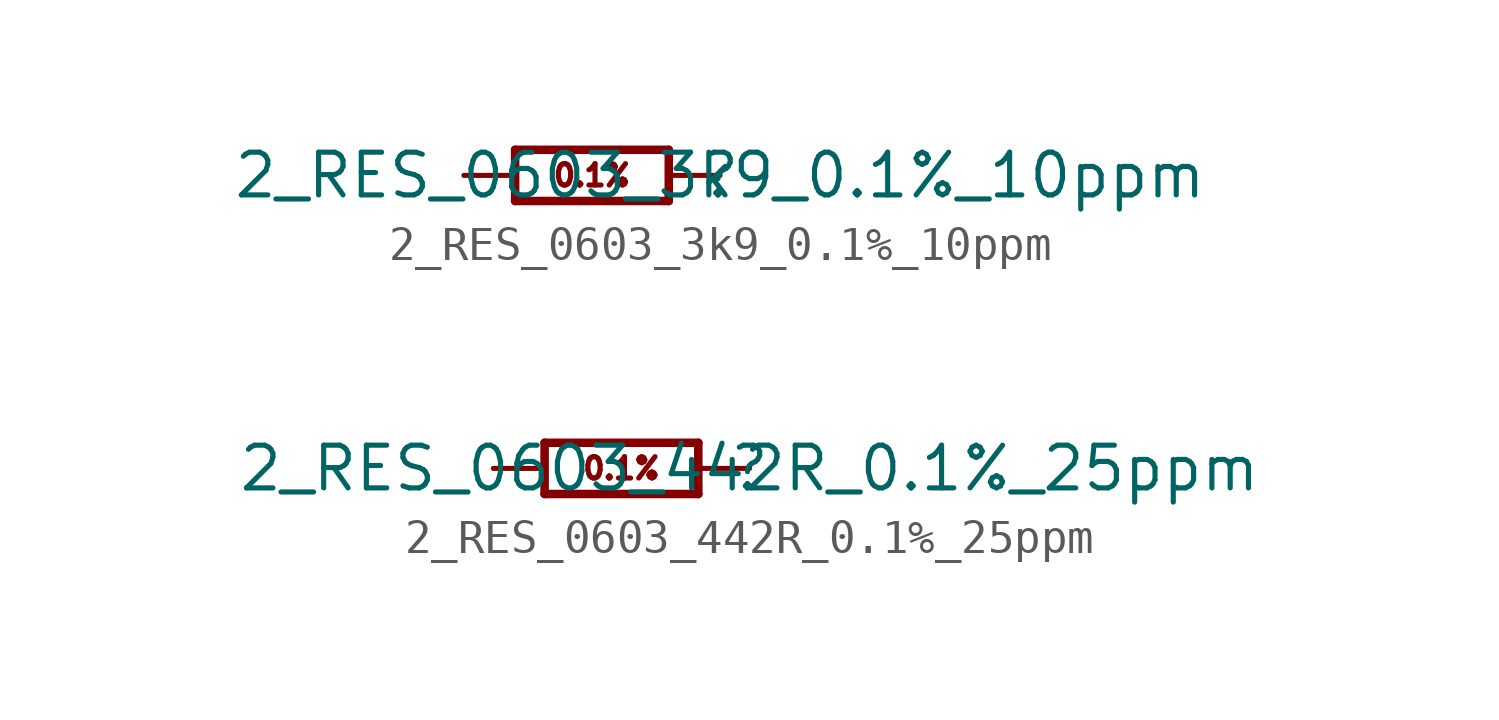
<source format=kicad_sym>
(kicad_symbol_lib
  (version 20220331)
  (generator kicad_symbol_editor)
  (symbol "2_RES_0603_3k9_0.1%_10ppm"
    (property "Reference" ""
      (at 0 0 0)
      (effects (font (size 1.27 1.27))))
    (property "Value" "2_RES_0603_3k9_0.1%_10ppm"
      (at 0 0 0)
      (effects (font (size 1.27 1.27))))
    (symbol "2_RES_0603_3k9_0.1%_10ppm_1_0"
      (polyline (pts (xy -6.096 -0.762) (xy -1.524 -0.762)) (stroke (width 0.254) (type solid)) (fill (type none)))
      (polyline (pts (xy -6.096 0.762) (xy -6.096 -0.762)) (stroke (width 0.254) (type solid)) (fill (type none)))
      (polyline (pts (xy -1.524 -0.762) (xy -1.524 0.762)) (stroke (width 0.254) (type solid)) (fill (type none)))
      (polyline (pts (xy -1.524 0.762) (xy -6.096 0.762)) (stroke (width 0.254) (type solid)) (fill (type none)))
      (text "0.1%" (at -3.81 0 0) (effects (font (size 0.635 0.635))))
      (pin passive line (at 0 0 180) (length 1.524) (name "1" (effects (font (size 0 0)))) (number "1" (effects (font (size 0 0)))))
      (pin passive line (at -7.62 0 0) (length 1.524) (name "2" (effects (font (size 0 0)))) (number "2" (effects (font (size 0 0)))))))
  (symbol "2_RES_0603_442R_0.1%_25ppm"
    (property "Reference" ""
      (at 0 0 0)
      (effects (font (size 1.27 1.27))))
    (property "Value" "2_RES_0603_442R_0.1%_25ppm"
      (at 0 0 0)
      (effects (font (size 1.27 1.27))))
    (symbol "2_RES_0603_442R_0.1%_25ppm_1_0"
      (polyline (pts (xy -6.096 -0.762) (xy -1.524 -0.762)) (stroke (width 0.254) (type solid)) (fill (type none)))
      (polyline (pts (xy -6.096 0.762) (xy -6.096 -0.762)) (stroke (width 0.254) (type solid)) (fill (type none)))
      (polyline (pts (xy -1.524 -0.762) (xy -1.524 0.762)) (stroke (width 0.254) (type solid)) (fill (type none)))
      (polyline (pts (xy -1.524 0.762) (xy -6.096 0.762)) (stroke (width 0.254) (type solid)) (fill (type none)))
      (text "0.1%" (at -3.81 0 0) (effects (font (size 0.635 0.635))))
      (pin passive line (at 0 0 180) (length 1.524) (name "1" (effects (font (size 0 0)))) (number "1" (effects (font (size 0 0)))))
      (pin passive line (at -7.62 0 0) (length 1.524) (name "2" (effects (font (size 0 0)))) (number "2" (effects (font (size 0 0))))))))
</source>
